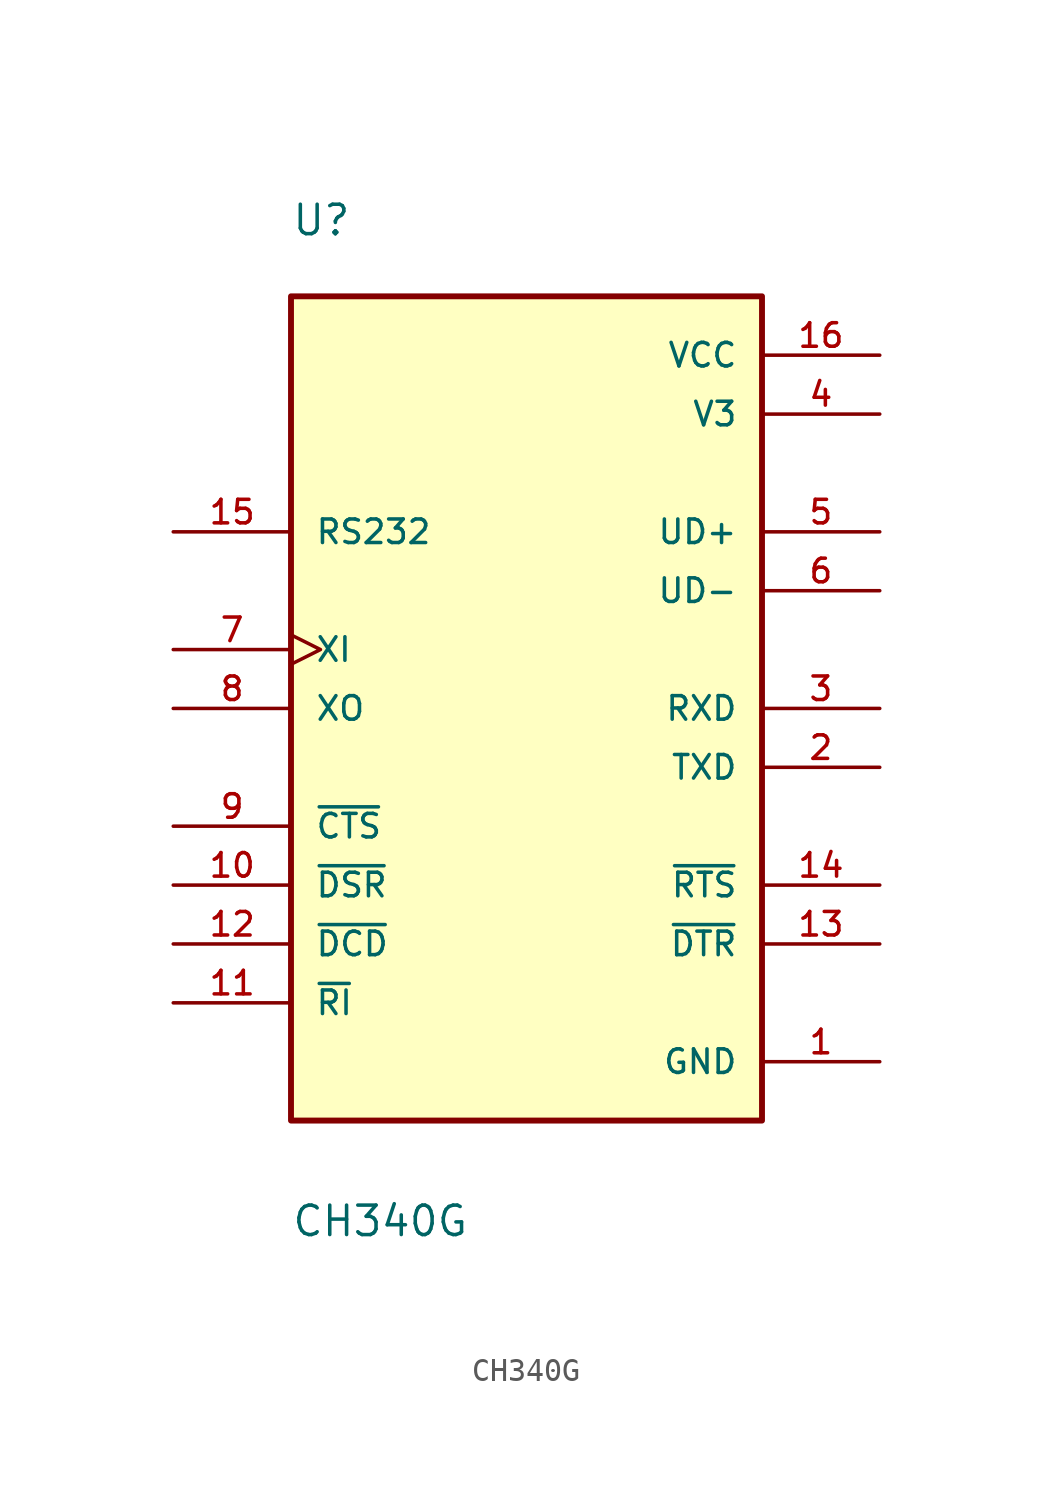
<source format=kicad_sym>
(kicad_symbol_lib
  (version 20211014)
  (generator kicad_symbol_editor)
  (symbol "CH340G"
    (pin_names
      (offset 1.016))
    (property "Reference" "U"
      (at -10.16 20.32 0)
      (effects (font (size 1.27 1.27)) (justify bottom left)))
    (property "Value" "CH340G"
      (at -10.16 -22.86 0)
      (effects (font (size 1.27 1.27)) (justify bottom left)))
    (symbol "CH340G_0_0"
      (rectangle (start -10.16 -17.78) (end 10.16 17.78) (stroke (width 0.254)) (fill (type background)))
      (pin power_in line (at 15.24 -15.24 180.0) (length 5.08) (name "GND" (effects (font (size 1.016 1.016)))) (number "1" (effects (font (size 1.016 1.016)))))
      (pin output line (at 15.24 -2.54 180.0) (length 5.08) (name "TXD" (effects (font (size 1.016 1.016)))) (number "2" (effects (font (size 1.016 1.016)))))
      (pin input line (at 15.24 0.0 180.0) (length 5.08) (name "RXD" (effects (font (size 1.016 1.016)))) (number "3" (effects (font (size 1.016 1.016)))))
      (pin power_in line (at 15.24 12.7 180.0) (length 5.08) (name "V3" (effects (font (size 1.016 1.016)))) (number "4" (effects (font (size 1.016 1.016)))))
      (pin bidirectional line (at 15.24 7.62 180.0) (length 5.08) (name "UD+" (effects (font (size 1.016 1.016)))) (number "5" (effects (font (size 1.016 1.016)))))
      (pin bidirectional line (at 15.24 5.08 180.0) (length 5.08) (name "UD-" (effects (font (size 1.016 1.016)))) (number "6" (effects (font (size 1.016 1.016)))))
      (pin input clock (at -15.24 2.54 0) (length 5.08) (name "XI" (effects (font (size 1.016 1.016)))) (number "7" (effects (font (size 1.016 1.016)))))
      (pin output line (at -15.24 0.0 0) (length 5.08) (name "XO" (effects (font (size 1.016 1.016)))) (number "8" (effects (font (size 1.016 1.016)))))
      (pin input line (at -15.24 -5.08 0) (length 5.08) (name "~{CTS}" (effects (font (size 1.016 1.016)))) (number "9" (effects (font (size 1.016 1.016)))))
      (pin input line (at -15.24 -7.62 0) (length 5.08) (name "~{DSR}" (effects (font (size 1.016 1.016)))) (number "10" (effects (font (size 1.016 1.016)))))
      (pin input line (at -15.24 -12.7 0) (length 5.08) (name "~{RI}" (effects (font (size 1.016 1.016)))) (number "11" (effects (font (size 1.016 1.016)))))
      (pin input line (at -15.24 -10.16 0) (length 5.08) (name "~{DCD}" (effects (font (size 1.016 1.016)))) (number "12" (effects (font (size 1.016 1.016)))))
      (pin output line (at 15.24 -10.16 180.0) (length 5.08) (name "~{DTR}" (effects (font (size 1.016 1.016)))) (number "13" (effects (font (size 1.016 1.016)))))
      (pin output line (at 15.24 -7.62 180.0) (length 5.08) (name "~{RTS}" (effects (font (size 1.016 1.016)))) (number "14" (effects (font (size 1.016 1.016)))))
      (pin input line (at -15.24 7.62 0) (length 5.08) (name "RS232" (effects (font (size 1.016 1.016)))) (number "15" (effects (font (size 1.016 1.016)))))
      (pin power_in line (at 15.24 15.24 180.0) (length 5.08) (name "VCC" (effects (font (size 1.016 1.016)))) (number "16" (effects (font (size 1.016 1.016))))))))
</source>
